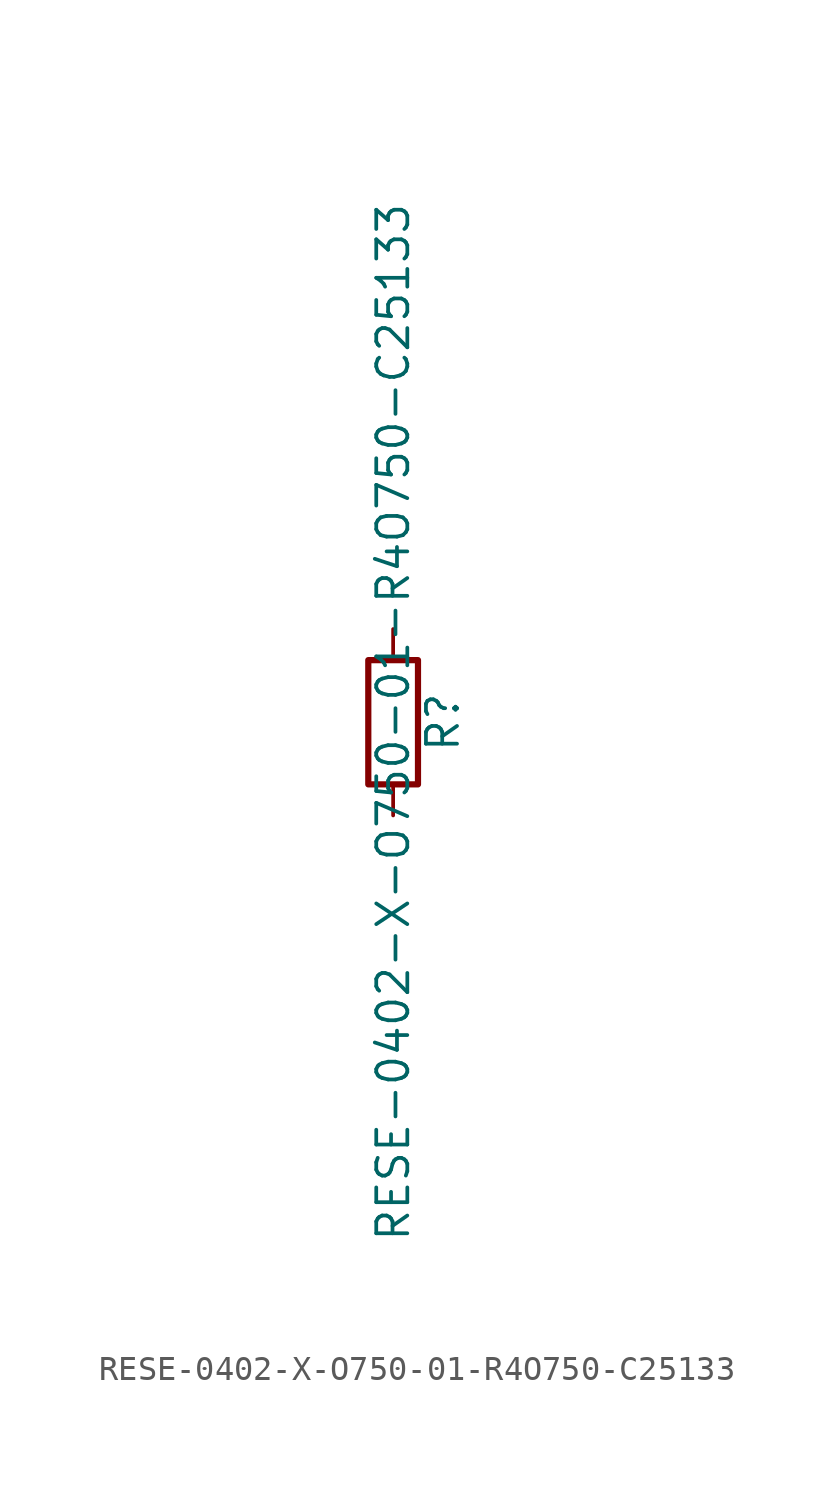
<source format=kicad_sym>
(kicad_symbol_lib
  (version 20211014)
  (generator kicad_symbol_editor)
  (symbol "RESE-0402-X-O750-01-R4O750-C25133"
    (pin_numbers hide)
    (pin_names
      (offset 0))
    (property "Reference" "R"
      (at 2.032 0 90)
      (effects (font (size 1.27 1.27))))
    (property "Value" "RESE-0402-X-O750-01-R4O750-C25133"
      (at 0 0 90)
      (effects (font (size 1.27 1.27))))
    (symbol "RESE-0402-X-O750-01-R4O750-C25133_0_1"
      (rectangle (start -1.016 -2.54) (end 1.016 2.54) (stroke (width 0.254) (type default) (color 0 0 0 0)) (fill (type none))))
    (symbol "RESE-0402-X-O750-01-R4O750-C25133_1_1"
      (pin passive line (at 0 3.81 270) (length 1.27) (name "~" (effects (font (size 1.27 1.27)))) (number "1" (effects (font (size 1.27 1.27)))))
      (pin passive line (at 0 -3.81 90) (length 1.27) (name "~" (effects (font (size 1.27 1.27)))) (number "2" (effects (font (size 1.27 1.27))))))))
</source>
